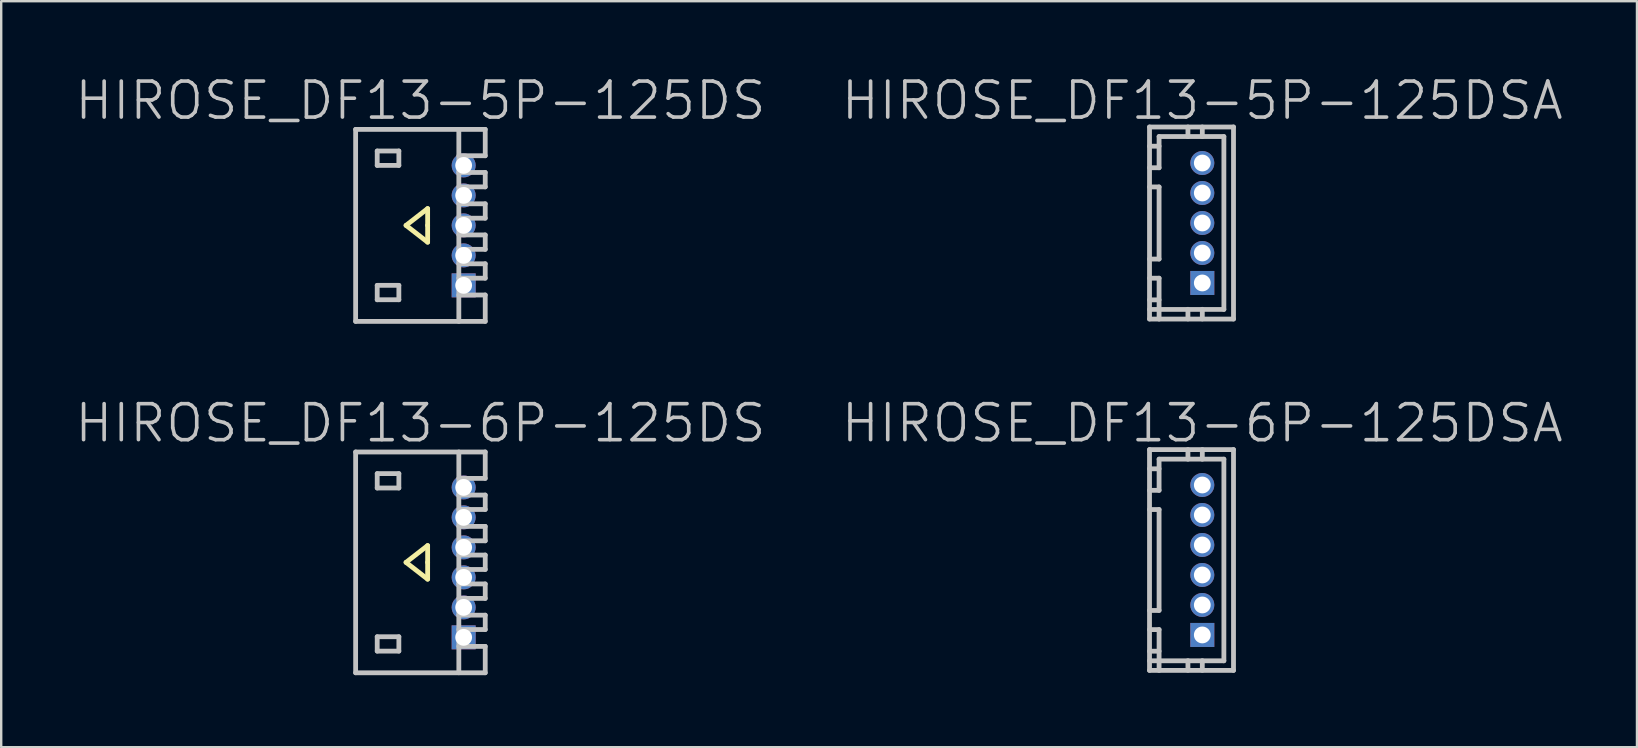
<source format=kicad_pcb>
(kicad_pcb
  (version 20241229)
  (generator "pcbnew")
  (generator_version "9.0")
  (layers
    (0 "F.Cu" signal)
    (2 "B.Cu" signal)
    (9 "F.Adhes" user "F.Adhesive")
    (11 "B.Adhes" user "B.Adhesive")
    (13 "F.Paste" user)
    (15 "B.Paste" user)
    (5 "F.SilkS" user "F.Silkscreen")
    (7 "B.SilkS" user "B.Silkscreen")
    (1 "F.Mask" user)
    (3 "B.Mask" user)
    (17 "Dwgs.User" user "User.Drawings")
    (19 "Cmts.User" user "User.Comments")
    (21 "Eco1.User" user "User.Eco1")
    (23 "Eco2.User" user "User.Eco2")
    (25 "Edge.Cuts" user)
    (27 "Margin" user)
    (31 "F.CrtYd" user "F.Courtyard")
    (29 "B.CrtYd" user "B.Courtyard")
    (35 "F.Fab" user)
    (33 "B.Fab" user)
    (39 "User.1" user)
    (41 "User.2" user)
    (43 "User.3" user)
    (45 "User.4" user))
  (footprint "HIROSE_DF13-6P-125DS"
    (layer "F.Cu")
    (at 14.468 20.382)
    (property "Reference" "HIROSE_DF13-6P-125DS" (at 0 -5.8 180) (layer "Dwgs.User") (effects (font (size 1.5 1.5) (thickness 0.15))))
    (attr through_hole)
    (fp_line (start -0.6 0) (end 0.3 0.7) (stroke (width 0.2) (type solid)) (layer "F.SilkS"))
    (fp_line (start 0.3 -0.7) (end -0.6 0) (stroke (width 0.2) (type solid)) (layer "F.SilkS"))
    (fp_line (start 0.3 0) (end 0.3 -0.7) (stroke (width 0.2) (type solid)) (layer "F.SilkS"))
    (fp_line (start 0.3 0.7) (end 0.3 0) (stroke (width 0.2) (type solid)) (layer "F.SilkS"))
    (fp_line (start -2.7 -4.6) (end -2.7 4.6) (stroke (width 0.2) (type solid)) (layer "Dwgs.User"))
    (fp_line (start -2.7 -4.6) (end 2.7 -4.6) (stroke (width 0.2) (type solid)) (layer "Dwgs.User"))
    (fp_line (start -2.7 4.6) (end 2.7 4.6) (stroke (width 0.2) (type solid)) (layer "Dwgs.User"))
    (fp_line (start -1.801 -3.698) (end -1.801 -3.099) (stroke (width 0.2) (type solid)) (layer "Dwgs.User"))
    (fp_line (start -1.801 -3.099) (end -0.899 -3.099) (stroke (width 0.2) (type solid)) (layer "Dwgs.User"))
    (fp_line (start -1.801 3.099) (end -0.899 3.099) (stroke (width 0.2) (type solid)) (layer "Dwgs.User"))
    (fp_line (start -1.801 3.698) (end -1.801 3.099) (stroke (width 0.2) (type solid)) (layer "Dwgs.User"))
    (fp_line (start -0.899 -3.698) (end -1.801 -3.698) (stroke (width 0.2) (type solid)) (layer "Dwgs.User"))
    (fp_line (start -0.899 -3.099) (end -0.899 -3.698) (stroke (width 0.2) (type solid)) (layer "Dwgs.User"))
    (fp_line (start -0.899 3.099) (end -0.899 3.698) (stroke (width 0.2) (type solid)) (layer "Dwgs.User"))
    (fp_line (start -0.899 3.698) (end -1.801 3.698) (stroke (width 0.2) (type solid)) (layer "Dwgs.User"))
    (fp_line (start 1.6 -3.5) (end 2.7 -3.5) (stroke (width 0.2) (type solid)) (layer "Dwgs.User"))
    (fp_line (start 1.6 -2.804) (end 2.7 -2.804) (stroke (width 0.2) (type solid)) (layer "Dwgs.User"))
    (fp_line (start 1.6 -2.205) (end 2.7 -2.205) (stroke (width 0.2) (type solid)) (layer "Dwgs.User"))
    (fp_line (start 1.6 -1.499) (end 2.7 -1.499) (stroke (width 0.2) (type solid)) (layer "Dwgs.User"))
    (fp_line (start 1.6 -0.305) (end 2.7 -0.305) (stroke (width 0.2) (type solid)) (layer "Dwgs.User"))
    (fp_line (start 1.6 0.899) (end 2.7 0.899) (stroke (width 0.2) (type solid)) (layer "Dwgs.User"))
    (fp_line (start 1.6 2.2) (end 2.7 2.2) (stroke (width 0.2) (type solid)) (layer "Dwgs.User"))
    (fp_line (start 1.6 3.5) (end 2.7 3.5) (stroke (width 0.2) (type solid)) (layer "Dwgs.User"))
    (fp_line (start 1.6 4.6) (end 1.6 -4.6) (stroke (width 0.2) (type solid)) (layer "Dwgs.User"))
    (fp_line (start 2.7 -3.5) (end 2.7 -4.6) (stroke (width 0.2) (type solid)) (layer "Dwgs.User"))
    (fp_line (start 2.7 -2.205) (end 2.7 -2.804) (stroke (width 0.2) (type solid)) (layer "Dwgs.User"))
    (fp_line (start 2.7 -1.499) (end 2.7 -0.899) (stroke (width 0.2) (type solid)) (layer "Dwgs.User"))
    (fp_line (start 2.7 -0.899) (end 1.6 -0.899) (stroke (width 0.2) (type solid)) (layer "Dwgs.User"))
    (fp_line (start 2.7 -0.305) (end 2.7 0.295) (stroke (width 0.2) (type solid)) (layer "Dwgs.User"))
    (fp_line (start 2.7 0.295) (end 1.6 0.295) (stroke (width 0.2) (type solid)) (layer "Dwgs.User"))
    (fp_line (start 2.7 0.899) (end 2.7 1.501) (stroke (width 0.2) (type solid)) (layer "Dwgs.User"))
    (fp_line (start 2.7 1.501) (end 1.6 1.501) (stroke (width 0.2) (type solid)) (layer "Dwgs.User"))
    (fp_line (start 2.7 2.2) (end 2.7 2.799) (stroke (width 0.2) (type solid)) (layer "Dwgs.User"))
    (fp_line (start 2.7 2.799) (end 1.6 2.799) (stroke (width 0.2) (type solid)) (layer "Dwgs.User"))
    (fp_line (start 2.7 4.6) (end 2.7 3.5) (stroke (width 0.2) (type solid)) (layer "Dwgs.User"))
    (pad "1" thru_hole rect (at 1.801 3.124 270) (size 1 1) (drill 0.7) (layers "*.Cu" "*.Mask"))
    (pad "2" thru_hole circle (at 1.801 1.875 270) (size 1 1) (drill 0.7) (layers "*.Cu" "*.Mask"))
    (pad "3" thru_hole circle (at 1.801 0.625 270) (size 1 1) (drill 0.7) (layers "*.Cu" "*.Mask"))
    (pad "4" thru_hole circle (at 1.801 -0.625 270) (size 1 1) (drill 0.7) (layers "*.Cu" "*.Mask"))
    (pad "5" thru_hole circle (at 1.801 -1.875 270) (size 1 1) (drill 0.7) (layers "*.Cu" "*.Mask"))
    (pad "6" thru_hole circle (at 1.801 -3.124 270) (size 1 1) (drill 0.7) (layers "*.Cu" "*.Mask")))
  (footprint "HIROSE_DF13-6P-125DSA"
    (layer "F.Cu")
    (at 47.046 20.282)
    (property "Reference" "HIROSE_DF13-6P-125DSA" (at 0 -5.7 180) (layer "Dwgs.User") (effects (font (size 1.5 1.5) (thickness 0.15))))
    (attr through_hole)
    (fp_line (start -2.2 -4.6) (end 1.3 -4.6) (stroke (width 0.2) (type solid)) (layer "Dwgs.User"))
    (fp_line (start -2.2 -2.101) (end -1.801 -2.101) (stroke (width 0.2) (type solid)) (layer "Dwgs.User"))
    (fp_line (start -2.2 2.103) (end -1.801 2.103) (stroke (width 0.2) (type solid)) (layer "Dwgs.User"))
    (fp_line (start -2.2 4.6) (end -2.2 -4.6) (stroke (width 0.2) (type solid)) (layer "Dwgs.User"))
    (fp_line (start -1.801 -3.8) (end -2.2 -3.8) (stroke (width 0.2) (type solid)) (layer "Dwgs.User"))
    (fp_line (start -1.801 -2.901) (end -2.2 -2.901) (stroke (width 0.2) (type solid)) (layer "Dwgs.User"))
    (fp_line (start -1.801 -2.901) (end -1.801 -4.201) (stroke (width 0.2) (type solid)) (layer "Dwgs.User"))
    (fp_line (start -1.801 2.101) (end -1.801 -2.101) (stroke (width 0.2) (type solid)) (layer "Dwgs.User"))
    (fp_line (start -1.801 2.901) (end -2.2 2.901) (stroke (width 0.2) (type solid)) (layer "Dwgs.User"))
    (fp_line (start -1.801 2.901) (end -1.801 4.602) (stroke (width 0.2) (type solid)) (layer "Dwgs.User"))
    (fp_line (start -1.801 3.802) (end -2.2 3.802) (stroke (width 0.2) (type solid)) (layer "Dwgs.User"))
    (fp_line (start -0.599 -4.199) (end -0.599 -4.6) (stroke (width 0.2) (type solid)) (layer "Dwgs.User"))
    (fp_line (start -0.599 4.597) (end -0.599 4.196) (stroke (width 0.2) (type solid)) (layer "Dwgs.User"))
    (fp_line (start -0.099 -3.2) (end 0.099 -3.2) (stroke (width 0.2) (type solid)) (layer "Dwgs.User"))
    (fp_line (start -0.099 -3) (end -0.099 -3.2) (stroke (width 0.2) (type solid)) (layer "Dwgs.User"))
    (fp_line (start -0.099 -1.999) (end 0.099 -1.999) (stroke (width 0.2) (type solid)) (layer "Dwgs.User"))
    (fp_line (start -0.099 -1.801) (end -0.099 -1.999) (stroke (width 0.2) (type solid)) (layer "Dwgs.User"))
    (fp_line (start -0.099 -0.701) (end -0.099 -0.5) (stroke (width 0.2) (type solid)) (layer "Dwgs.User"))
    (fp_line (start -0.099 -0.5) (end 0.099 -0.5) (stroke (width 0.2) (type solid)) (layer "Dwgs.User"))
    (fp_line (start -0.099 0.5) (end 0.099 0.5) (stroke (width 0.2) (type solid)) (layer "Dwgs.User"))
    (fp_line (start -0.099 0.701) (end -0.099 0.5) (stroke (width 0.2) (type solid)) (layer "Dwgs.User"))
    (fp_line (start -0.099 1.801) (end -0.099 1.999) (stroke (width 0.2) (type solid)) (layer "Dwgs.User"))
    (fp_line (start -0.099 1.999) (end 0.099 1.999) (stroke (width 0.2) (type solid)) (layer "Dwgs.User"))
    (fp_line (start -0.099 3) (end 0.099 3) (stroke (width 0.2) (type solid)) (layer "Dwgs.User"))
    (fp_line (start -0.099 3.2) (end -0.099 3) (stroke (width 0.2) (type solid)) (layer "Dwgs.User"))
    (fp_line (start 0 -4.199) (end 0 -4.6) (stroke (width 0.2) (type solid)) (layer "Dwgs.User"))
    (fp_line (start 0 4.196) (end 0 4.597) (stroke (width 0.2) (type solid)) (layer "Dwgs.User"))
    (fp_line (start 0.099 -3.2) (end 0.099 -3) (stroke (width 0.2) (type solid)) (layer "Dwgs.User"))
    (fp_line (start 0.099 -3) (end -0.099 -3) (stroke (width 0.2) (type solid)) (layer "Dwgs.User"))
    (fp_line (start 0.099 -1.999) (end 0.099 -1.801) (stroke (width 0.2) (type solid)) (layer "Dwgs.User"))
    (fp_line (start 0.099 -1.801) (end -0.099 -1.801) (stroke (width 0.2) (type solid)) (layer "Dwgs.User"))
    (fp_line (start 0.099 -0.701) (end -0.099 -0.701) (stroke (width 0.2) (type solid)) (layer "Dwgs.User"))
    (fp_line (start 0.099 -0.5) (end 0.099 -0.701) (stroke (width 0.2) (type solid)) (layer "Dwgs.User"))
    (fp_line (start 0.099 0.5) (end 0.099 0.701) (stroke (width 0.2) (type solid)) (layer "Dwgs.User"))
    (fp_line (start 0.099 0.701) (end -0.099 0.701) (stroke (width 0.2) (type solid)) (layer "Dwgs.User"))
    (fp_line (start 0.099 1.801) (end -0.099 1.801) (stroke (width 0.2) (type solid)) (layer "Dwgs.User"))
    (fp_line (start 0.099 1.999) (end 0.099 1.801) (stroke (width 0.2) (type solid)) (layer "Dwgs.User"))
    (fp_line (start 0.099 3) (end 0.099 3.2) (stroke (width 0.2) (type solid)) (layer "Dwgs.User"))
    (fp_line (start 0.099 3.2) (end -0.099 3.2) (stroke (width 0.2) (type solid)) (layer "Dwgs.User"))
    (fp_line (start 0.899 -4.201) (end -1.801 -4.201) (stroke (width 0.2) (type solid)) (layer "Dwgs.User"))
    (fp_line (start 0.899 -4.201) (end 0.899 4.201) (stroke (width 0.2) (type solid)) (layer "Dwgs.User"))
    (fp_line (start 0.899 4.201) (end -2.2 4.201) (stroke (width 0.2) (type solid)) (layer "Dwgs.User"))
    (fp_line (start 1.3 4.6) (end 1.3 -4.6) (stroke (width 0.2) (type solid)) (layer "Dwgs.User"))
    (fp_line (start 1.3 4.602) (end -2.2 4.602) (stroke (width 0.2) (type solid)) (layer "Dwgs.User"))
    (pad "1" thru_hole rect (at 0 3.124 270) (size 1 1) (drill 0.7) (layers "*.Cu" "*.Mask"))
    (pad "2" thru_hole circle (at 0 1.875 270) (size 1 1) (drill 0.7) (layers "*.Cu" "*.Mask"))
    (pad "3" thru_hole circle (at 0 0.625 270) (size 1 1) (drill 0.7) (layers "*.Cu" "*.Mask"))
    (pad "4" thru_hole circle (at 0 -0.625 270) (size 1 1) (drill 0.7) (layers "*.Cu" "*.Mask"))
    (pad "5" thru_hole circle (at 0 -1.875 270) (size 1 1) (drill 0.7) (layers "*.Cu" "*.Mask"))
    (pad "6" thru_hole circle (at 0 -3.124 270) (size 1 1) (drill 0.7) (layers "*.Cu" "*.Mask")))
  (footprint "HIROSE_DF13-5P-125DSA"
    (layer "F.Cu")
    (at 47.046 6.241)
    (property "Reference" "HIROSE_DF13-5P-125DSA" (at 0 -5.1 180) (layer "Dwgs.User") (effects (font (size 1.5 1.5) (thickness 0.15))))
    (attr through_hole)
    (fp_line (start -2.2 -4) (end 1.3 -4) (stroke (width 0.2) (type solid)) (layer "Dwgs.User"))
    (fp_line (start -2.2 -1.501) (end -1.801 -1.501) (stroke (width 0.2) (type solid)) (layer "Dwgs.User"))
    (fp_line (start -2.2 1.504) (end -1.801 1.504) (stroke (width 0.2) (type solid)) (layer "Dwgs.User"))
    (fp_line (start -2.2 4) (end -2.2 -4) (stroke (width 0.2) (type solid)) (layer "Dwgs.User"))
    (fp_line (start -1.801 -3.2) (end -2.2 -3.2) (stroke (width 0.2) (type solid)) (layer "Dwgs.User"))
    (fp_line (start -1.801 -2.301) (end -2.2 -2.301) (stroke (width 0.2) (type solid)) (layer "Dwgs.User"))
    (fp_line (start -1.801 -2.301) (end -1.801 -3.602) (stroke (width 0.2) (type solid)) (layer "Dwgs.User"))
    (fp_line (start -1.801 -1.501) (end -1.801 1.501) (stroke (width 0.2) (type solid)) (layer "Dwgs.User"))
    (fp_line (start -1.801 2.301) (end -2.2 2.301) (stroke (width 0.2) (type solid)) (layer "Dwgs.User"))
    (fp_line (start -1.801 2.301) (end -1.801 4.003) (stroke (width 0.2) (type solid)) (layer "Dwgs.User"))
    (fp_line (start -1.801 3.203) (end -2.2 3.203) (stroke (width 0.2) (type solid)) (layer "Dwgs.User"))
    (fp_line (start -0.599 -3.599) (end -0.599 -4) (stroke (width 0.2) (type solid)) (layer "Dwgs.User"))
    (fp_line (start -0.599 3.998) (end -0.599 3.597) (stroke (width 0.2) (type solid)) (layer "Dwgs.User"))
    (fp_line (start -0.099 -2.601) (end -0.099 -2.4) (stroke (width 0.2) (type solid)) (layer "Dwgs.User"))
    (fp_line (start -0.099 -2.4) (end 0.099 -2.4) (stroke (width 0.2) (type solid)) (layer "Dwgs.User"))
    (fp_line (start -0.099 -1.3) (end -0.099 -1.1) (stroke (width 0.2) (type solid)) (layer "Dwgs.User"))
    (fp_line (start -0.099 -1.1) (end 0.099 -1.1) (stroke (width 0.2) (type solid)) (layer "Dwgs.User"))
    (fp_line (start -0.099 -0.099) (end 0.099 -0.099) (stroke (width 0.2) (type solid)) (layer "Dwgs.User"))
    (fp_line (start -0.099 0.099) (end -0.099 -0.099) (stroke (width 0.2) (type solid)) (layer "Dwgs.User"))
    (fp_line (start -0.099 1.1) (end 0.099 1.1) (stroke (width 0.2) (type solid)) (layer "Dwgs.User"))
    (fp_line (start -0.099 1.3) (end -0.099 1.1) (stroke (width 0.2) (type solid)) (layer "Dwgs.User"))
    (fp_line (start -0.099 2.4) (end 0.099 2.4) (stroke (width 0.2) (type solid)) (layer "Dwgs.User"))
    (fp_line (start -0.099 2.601) (end -0.099 2.4) (stroke (width 0.2) (type solid)) (layer "Dwgs.User"))
    (fp_line (start 0 -3.599) (end 0 -4) (stroke (width 0.2) (type solid)) (layer "Dwgs.User"))
    (fp_line (start 0 3.597) (end 0 3.998) (stroke (width 0.2) (type solid)) (layer "Dwgs.User"))
    (fp_line (start 0.099 -2.601) (end -0.099 -2.601) (stroke (width 0.2) (type solid)) (layer "Dwgs.User"))
    (fp_line (start 0.099 -2.4) (end 0.099 -2.601) (stroke (width 0.2) (type solid)) (layer "Dwgs.User"))
    (fp_line (start 0.099 -1.3) (end -0.099 -1.3) (stroke (width 0.2) (type solid)) (layer "Dwgs.User"))
    (fp_line (start 0.099 -1.1) (end 0.099 -1.3) (stroke (width 0.2) (type solid)) (layer "Dwgs.User"))
    (fp_line (start 0.099 -0.099) (end 0.099 0.099) (stroke (width 0.2) (type solid)) (layer "Dwgs.User"))
    (fp_line (start 0.099 0.099) (end -0.099 0.099) (stroke (width 0.2) (type solid)) (layer "Dwgs.User"))
    (fp_line (start 0.099 1.1) (end 0.099 1.3) (stroke (width 0.2) (type solid)) (layer "Dwgs.User"))
    (fp_line (start 0.099 1.3) (end -0.099 1.3) (stroke (width 0.2) (type solid)) (layer "Dwgs.User"))
    (fp_line (start 0.099 2.4) (end 0.099 2.601) (stroke (width 0.2) (type solid)) (layer "Dwgs.User"))
    (fp_line (start 0.099 2.601) (end -0.099 2.601) (stroke (width 0.2) (type solid)) (layer "Dwgs.User"))
    (fp_line (start 0.899 -3.602) (end -1.801 -3.602) (stroke (width 0.2) (type solid)) (layer "Dwgs.User"))
    (fp_line (start 0.899 -3.599) (end 0.899 3.599) (stroke (width 0.2) (type solid)) (layer "Dwgs.User"))
    (fp_line (start 0.899 3.602) (end -2.2 3.602) (stroke (width 0.2) (type solid)) (layer "Dwgs.User"))
    (fp_line (start 1.3 4) (end 1.3 -4) (stroke (width 0.2) (type solid)) (layer "Dwgs.User"))
    (fp_line (start 1.3 4.003) (end -2.2 4.003) (stroke (width 0.2) (type solid)) (layer "Dwgs.User"))
    (pad "1" thru_hole rect (at 0 2.499 270) (size 1 1) (drill 0.7) (layers "*.Cu" "*.Mask"))
    (pad "2" thru_hole circle (at 0 1.25 270) (size 1 1) (drill 0.7) (layers "*.Cu" "*.Mask"))
    (pad "3" thru_hole circle (at 0 0 270) (size 1 1) (drill 0.7) (layers "*.Cu" "*.Mask"))
    (pad "4" thru_hole circle (at 0 -1.25 270) (size 1 1) (drill 0.7) (layers "*.Cu" "*.Mask"))
    (pad "5" thru_hole circle (at 0 -2.499 270) (size 1 1) (drill 0.7) (layers "*.Cu" "*.Mask")))
  (footprint "HIROSE_DF13-5P-125DS"
    (layer "F.Cu")
    (at 14.468 6.341)
    (property "Reference" "HIROSE_DF13-5P-125DS" (at 0 -5.2 180) (layer "Dwgs.User") (effects (font (size 1.5 1.5) (thickness 0.15))))
    (attr through_hole)
    (fp_line (start -0.6 0) (end 0.3 0.7) (stroke (width 0.2) (type solid)) (layer "F.SilkS"))
    (fp_line (start 0.3 -0.7) (end -0.6 0) (stroke (width 0.2) (type solid)) (layer "F.SilkS"))
    (fp_line (start 0.3 0) (end 0.3 -0.7) (stroke (width 0.2) (type solid)) (layer "F.SilkS"))
    (fp_line (start 0.3 0.7) (end 0.3 0) (stroke (width 0.2) (type solid)) (layer "F.SilkS"))
    (fp_line (start -2.7 -4) (end -2.7 4) (stroke (width 0.2) (type solid)) (layer "Dwgs.User"))
    (fp_line (start -2.7 -4) (end 2.7 -4) (stroke (width 0.2) (type solid)) (layer "Dwgs.User"))
    (fp_line (start -2.7 4) (end 2.7 4) (stroke (width 0.2) (type solid)) (layer "Dwgs.User"))
    (fp_line (start -1.801 -3.099) (end -1.801 -2.499) (stroke (width 0.2) (type solid)) (layer "Dwgs.User"))
    (fp_line (start -1.801 -2.499) (end -0.899 -2.499) (stroke (width 0.2) (type solid)) (layer "Dwgs.User"))
    (fp_line (start -1.801 2.499) (end -0.899 2.499) (stroke (width 0.2) (type solid)) (layer "Dwgs.User"))
    (fp_line (start -1.801 3.099) (end -1.801 2.499) (stroke (width 0.2) (type solid)) (layer "Dwgs.User"))
    (fp_line (start -0.899 -3.099) (end -1.801 -3.099) (stroke (width 0.2) (type solid)) (layer "Dwgs.User"))
    (fp_line (start -0.899 -2.499) (end -0.899 -3.099) (stroke (width 0.2) (type solid)) (layer "Dwgs.User"))
    (fp_line (start -0.899 2.499) (end -0.899 3.099) (stroke (width 0.2) (type solid)) (layer "Dwgs.User"))
    (fp_line (start -0.899 3.099) (end -1.801 3.099) (stroke (width 0.2) (type solid)) (layer "Dwgs.User"))
    (fp_line (start 1.6 -2.901) (end 2.7 -2.901) (stroke (width 0.2) (type solid)) (layer "Dwgs.User"))
    (fp_line (start 1.6 -2.205) (end 2.7 -2.205) (stroke (width 0.2) (type solid)) (layer "Dwgs.User"))
    (fp_line (start 1.6 -1.605) (end 2.7 -1.605) (stroke (width 0.2) (type solid)) (layer "Dwgs.User"))
    (fp_line (start 1.6 -0.899) (end 2.7 -0.899) (stroke (width 0.2) (type solid)) (layer "Dwgs.User"))
    (fp_line (start 1.6 0.399) (end 2.7 0.399) (stroke (width 0.2) (type solid)) (layer "Dwgs.User"))
    (fp_line (start 1.6 1.6) (end 2.7 1.6) (stroke (width 0.2) (type solid)) (layer "Dwgs.User"))
    (fp_line (start 1.6 2.901) (end 2.7 2.901) (stroke (width 0.2) (type solid)) (layer "Dwgs.User"))
    (fp_line (start 1.6 4) (end 1.6 -4) (stroke (width 0.2) (type solid)) (layer "Dwgs.User"))
    (fp_line (start 2.7 -2.901) (end 2.7 -4) (stroke (width 0.2) (type solid)) (layer "Dwgs.User"))
    (fp_line (start 2.7 -1.605) (end 2.7 -2.205) (stroke (width 0.2) (type solid)) (layer "Dwgs.User"))
    (fp_line (start 2.7 -0.899) (end 2.7 -0.3) (stroke (width 0.2) (type solid)) (layer "Dwgs.User"))
    (fp_line (start 2.7 -0.3) (end 1.6 -0.3) (stroke (width 0.2) (type solid)) (layer "Dwgs.User"))
    (fp_line (start 2.7 0.399) (end 2.7 0.998) (stroke (width 0.2) (type solid)) (layer "Dwgs.User"))
    (fp_line (start 2.7 0.998) (end 1.6 0.998) (stroke (width 0.2) (type solid)) (layer "Dwgs.User"))
    (fp_line (start 2.7 1.6) (end 2.7 2.2) (stroke (width 0.2) (type solid)) (layer "Dwgs.User"))
    (fp_line (start 2.7 2.2) (end 1.6 2.2) (stroke (width 0.2) (type solid)) (layer "Dwgs.User"))
    (fp_line (start 2.7 4) (end 2.7 2.901) (stroke (width 0.2) (type solid)) (layer "Dwgs.User"))
    (pad "1" thru_hole rect (at 1.801 2.499 270) (size 1 1) (drill 0.7) (layers "*.Cu" "*.Mask"))
    (pad "2" thru_hole circle (at 1.801 1.25 270) (size 1 1) (drill 0.7) (layers "*.Cu" "*.Mask"))
    (pad "3" thru_hole circle (at 1.801 0 270) (size 1 1) (drill 0.7) (layers "*.Cu" "*.Mask"))
    (pad "4" thru_hole circle (at 1.801 -1.25 270) (size 1 1) (drill 0.7) (layers "*.Cu" "*.Mask"))
    (pad "5" thru_hole circle (at 1.801 -2.499 270) (size 1 1) (drill 0.7) (layers "*.Cu" "*.Mask")))
  (gr_rect
    (start -3 -3)
    (end 65.157 28.082)
    (stroke (width 0.1) (type default))
    (fill no)
    (layer "Edge.Cuts")))
</source>
